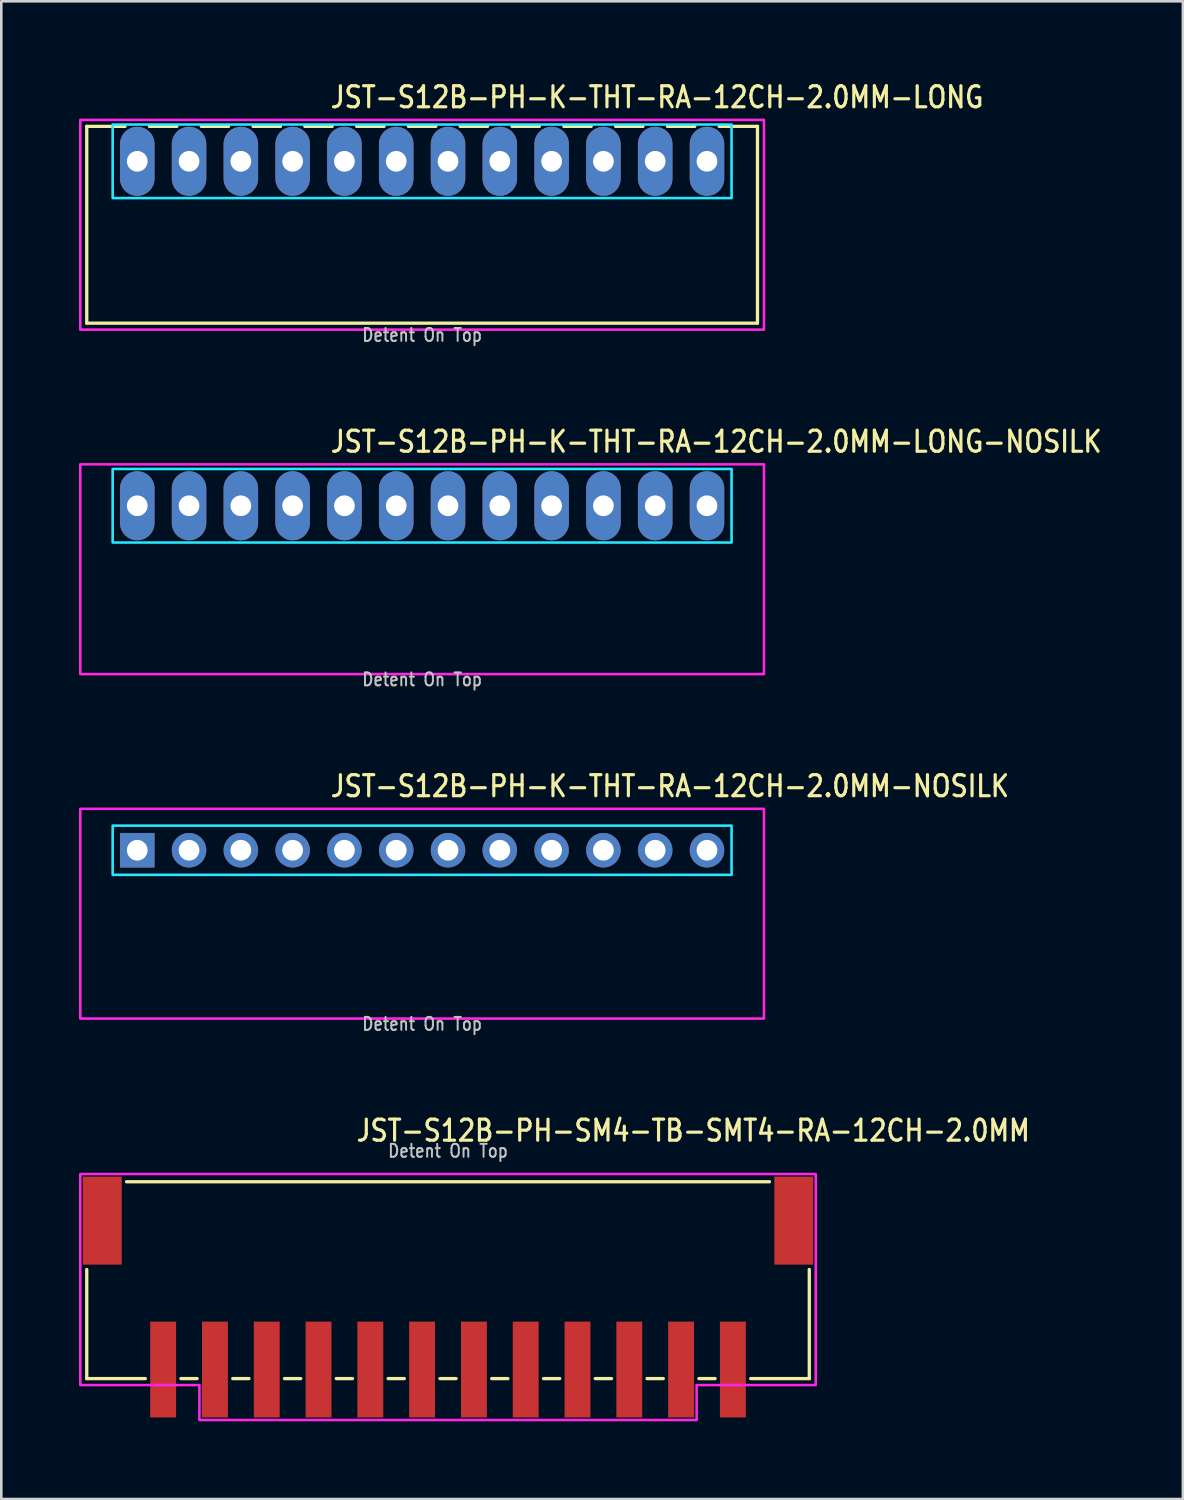
<source format=kicad_pcb>
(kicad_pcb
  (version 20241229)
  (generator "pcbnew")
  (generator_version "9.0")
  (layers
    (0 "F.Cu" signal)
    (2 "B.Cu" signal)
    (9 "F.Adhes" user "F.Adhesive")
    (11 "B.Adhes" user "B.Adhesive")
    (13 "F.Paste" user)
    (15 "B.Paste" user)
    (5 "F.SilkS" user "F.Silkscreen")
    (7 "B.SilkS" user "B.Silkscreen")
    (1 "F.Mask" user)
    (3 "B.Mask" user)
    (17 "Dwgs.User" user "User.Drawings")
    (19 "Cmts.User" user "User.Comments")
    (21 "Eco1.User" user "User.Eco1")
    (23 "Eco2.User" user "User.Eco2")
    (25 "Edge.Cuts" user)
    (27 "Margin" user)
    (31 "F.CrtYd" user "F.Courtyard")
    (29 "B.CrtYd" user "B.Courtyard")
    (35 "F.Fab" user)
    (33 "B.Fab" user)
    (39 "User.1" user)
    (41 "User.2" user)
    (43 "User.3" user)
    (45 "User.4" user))
  (footprint "JST-S12B-PH-K-THT-RA-12CH-2.0MM-LONG-NOSILK"
    (layer "F.Cu")
    (at 13.25 16.48)
    (property "Reference" "JST-S12B-PH-K-THT-RA-12CH-2.0MM-LONG-NOSILK" (at -3.6 -2 0) (unlocked yes) (layer "F.SilkS") (effects (font (size 0.813 0.695) (thickness 0.122)) (justify left bottom)))
    (fp_poly (pts (xy -11.95 -1.42) (xy -11.95 1.42) (xy 11.95 1.42) (xy 11.95 -1.42)) (stroke (width 0.1) (type solid)) (fill no) (layer "B.CrtYd"))
    (fp_poly (pts (xy -13.2 -1.6) (xy -13.2 6.5) (xy 13.2 6.5) (xy 13.2 -1.6)) (stroke (width 0.1) (type solid)) (fill no) (layer "F.CrtYd"))
    (fp_text user "Detent On Top" (at 0 7 0) (unlocked yes) (layer "Dwgs.User") (effects (font (size 0.5 0.427) (thickness 0.075)) (justify bottom)))
    (pad "1" thru_hole oval (at -11 0 90) (size 2.667 1.333) (drill 0.8) (layers "*.Cu" "*.Mask"))
    (pad "2" thru_hole oval (at -9 0 90) (size 2.667 1.333) (drill 0.8) (layers "*.Cu" "*.Mask"))
    (pad "3" thru_hole oval (at -7 0 90) (size 2.667 1.333) (drill 0.8) (layers "*.Cu" "*.Mask"))
    (pad "4" thru_hole oval (at -5 0 90) (size 2.667 1.333) (drill 0.8) (layers "*.Cu" "*.Mask"))
    (pad "5" thru_hole oval (at -3 0 90) (size 2.667 1.333) (drill 0.8) (layers "*.Cu" "*.Mask"))
    (pad "6" thru_hole oval (at -1 0 90) (size 2.667 1.333) (drill 0.8) (layers "*.Cu" "*.Mask"))
    (pad "7" thru_hole oval (at 1 0 90) (size 2.667 1.333) (drill 0.8) (layers "*.Cu" "*.Mask"))
    (pad "8" thru_hole oval (at 3 0 90) (size 2.667 1.333) (drill 0.8) (layers "*.Cu" "*.Mask"))
    (pad "9" thru_hole oval (at 5 0 90) (size 2.667 1.333) (drill 0.8) (layers "*.Cu" "*.Mask"))
    (pad "10" thru_hole oval (at 7 0 90) (size 2.667 1.333) (drill 0.8) (layers "*.Cu" "*.Mask"))
    (pad "11" thru_hole oval (at 9 0 90) (size 2.667 1.333) (drill 0.8) (layers "*.Cu" "*.Mask"))
    (pad "12" thru_hole oval (at 11 0 90) (size 2.667 1.333) (drill 0.8) (layers "*.Cu" "*.Mask")))
  (footprint "JST-S12B-PH-SM4-TB-SMT4-RA-12CH-2.0MM"
    (layer "F.Cu")
    (at 14.25 44.084)
    (property "Reference" "JST-S12B-PH-SM4-TB-SMT4-RA-12CH-2.0MM" (at -3.6 -3 0) (unlocked yes) (layer "F.SilkS") (effects (font (size 0.813 0.695) (thickness 0.122)) (justify left bottom)))
    (fp_line (start -13.95 6.1) (end -13.95 1.887) (stroke (width 0.127) (type solid)) (layer "F.SilkS"))
    (fp_line (start -13.95 6.1) (end -11.687 6.1) (stroke (width 0.127) (type solid)) (layer "F.SilkS"))
    (fp_line (start -12.414 -1.5) (end 12.414 -1.5) (stroke (width 0.127) (type solid)) (layer "F.SilkS"))
    (fp_line (start -10.313 6.1) (end -9.687 6.1) (stroke (width 0.127) (type solid)) (layer "F.SilkS"))
    (fp_line (start -8.313 6.1) (end -7.686 6.1) (stroke (width 0.127) (type solid)) (layer "F.SilkS"))
    (fp_line (start -6.314 6.1) (end -5.686 6.1) (stroke (width 0.127) (type solid)) (layer "F.SilkS"))
    (fp_line (start -4.314 6.1) (end -3.687 6.1) (stroke (width 0.127) (type solid)) (layer "F.SilkS"))
    (fp_line (start -2.313 6.1) (end -1.687 6.1) (stroke (width 0.127) (type solid)) (layer "F.SilkS"))
    (fp_line (start -0.314 6.1) (end 0.314 6.1) (stroke (width 0.127) (type solid)) (layer "F.SilkS"))
    (fp_line (start 1.687 6.1) (end 2.313 6.1) (stroke (width 0.127) (type solid)) (layer "F.SilkS"))
    (fp_line (start 3.687 6.1) (end 4.314 6.1) (stroke (width 0.127) (type solid)) (layer "F.SilkS"))
    (fp_line (start 5.686 6.1) (end 6.314 6.1) (stroke (width 0.127) (type solid)) (layer "F.SilkS"))
    (fp_line (start 7.686 6.1) (end 8.313 6.1) (stroke (width 0.127) (type solid)) (layer "F.SilkS"))
    (fp_line (start 9.687 6.1) (end 10.313 6.1) (stroke (width 0.127) (type solid)) (layer "F.SilkS"))
    (fp_line (start 11.687 6.1) (end 13.95 6.1) (stroke (width 0.127) (type solid)) (layer "F.SilkS"))
    (fp_line (start 13.95 1.887) (end 13.95 6.1) (stroke (width 0.127) (type solid)) (layer "F.SilkS"))
    (fp_poly (pts (xy -14.2 -1.8) (xy -14.2 6.35) (xy -9.6 6.35) (xy -9.6 7.7) (xy 9.6 7.7) (xy 9.6 6.35) (xy 14.2 6.35) (xy 14.2 -1.8)) (stroke (width 0.1) (type solid)) (fill no) (layer "F.CrtYd"))
    (fp_text user "Detent On Top" (at 0 -2.4 0) (unlocked yes) (layer "Dwgs.User") (effects (font (size 0.5 0.427) (thickness 0.075)) (justify bottom)))
    (pad "1" smd rect (at 11 5.75) (size 1 3.7) (layers "F.Cu" "F.Mask" "F.Paste"))
    (pad "2" smd rect (at 9 5.75) (size 1 3.7) (layers "F.Cu" "F.Mask" "F.Paste"))
    (pad "3" smd rect (at 7 5.75) (size 1 3.7) (layers "F.Cu" "F.Mask" "F.Paste"))
    (pad "4" smd rect (at 5 5.75) (size 1 3.7) (layers "F.Cu" "F.Mask" "F.Paste"))
    (pad "5" smd rect (at 3 5.75) (size 1 3.7) (layers "F.Cu" "F.Mask" "F.Paste"))
    (pad "6" smd rect (at 1 5.75) (size 1 3.7) (layers "F.Cu" "F.Mask" "F.Paste"))
    (pad "7" smd rect (at -1 5.75) (size 1 3.7) (layers "F.Cu" "F.Mask" "F.Paste"))
    (pad "8" smd rect (at -3 5.75) (size 1 3.7) (layers "F.Cu" "F.Mask" "F.Paste"))
    (pad "9" smd rect (at -5 5.75) (size 1 3.7) (layers "F.Cu" "F.Mask" "F.Paste"))
    (pad "10" smd rect (at -7 5.75) (size 1 3.7) (layers "F.Cu" "F.Mask" "F.Paste"))
    (pad "11" smd rect (at -9 5.75) (size 1 3.7) (layers "F.Cu" "F.Mask" "F.Paste"))
    (pad "12" smd rect (at -11 5.75) (size 1 3.7) (layers "F.Cu" "F.Mask" "F.Paste"))
    (pad "S_1" smd rect (at -13.35 0) (size 1.5 3.4) (layers "F.Cu" "F.Mask" "F.Paste"))
    (pad "S_2" smd rect (at 13.35 0) (size 1.5 3.4) (layers "F.Cu" "F.Mask" "F.Paste")))
  (footprint "JST-S12B-PH-K-THT-RA-12CH-2.0MM-NOSILK"
    (layer "F.Cu")
    (at 13.25 29.782)
    (property "Reference" "JST-S12B-PH-K-THT-RA-12CH-2.0MM-NOSILK" (at -3.6 -2 0) (unlocked yes) (layer "F.SilkS") (effects (font (size 0.813 0.695) (thickness 0.122)) (justify left bottom)))
    (fp_poly (pts (xy -11.95 -0.95) (xy -11.95 0.95) (xy 11.95 0.95) (xy 11.95 -0.95)) (stroke (width 0.1) (type solid)) (fill no) (layer "B.CrtYd"))
    (fp_poly (pts (xy -13.2 -1.6) (xy -13.2 6.5) (xy 13.2 6.5) (xy 13.2 -1.6)) (stroke (width 0.1) (type solid)) (fill no) (layer "F.CrtYd"))
    (fp_text user "Detent On Top" (at 0 7 0) (unlocked yes) (layer "Dwgs.User") (effects (font (size 0.5 0.427) (thickness 0.075)) (justify bottom)))
    (pad "1" thru_hole rect (at -11 0) (size 1.333 1.333) (drill 0.8) (layers "*.Cu" "*.Mask"))
    (pad "2" thru_hole oval (at -9 0) (size 1.333 1.333) (drill 0.8) (layers "*.Cu" "*.Mask"))
    (pad "3" thru_hole oval (at -7 0) (size 1.333 1.333) (drill 0.8) (layers "*.Cu" "*.Mask"))
    (pad "4" thru_hole oval (at -5 0) (size 1.333 1.333) (drill 0.8) (layers "*.Cu" "*.Mask"))
    (pad "5" thru_hole oval (at -3 0) (size 1.333 1.333) (drill 0.8) (layers "*.Cu" "*.Mask"))
    (pad "6" thru_hole oval (at -1 0) (size 1.333 1.333) (drill 0.8) (layers "*.Cu" "*.Mask"))
    (pad "7" thru_hole oval (at 1 0) (size 1.333 1.333) (drill 0.8) (layers "*.Cu" "*.Mask"))
    (pad "8" thru_hole oval (at 3 0) (size 1.333 1.333) (drill 0.8) (layers "*.Cu" "*.Mask"))
    (pad "9" thru_hole oval (at 5 0) (size 1.333 1.333) (drill 0.8) (layers "*.Cu" "*.Mask"))
    (pad "10" thru_hole oval (at 7 0) (size 1.333 1.333) (drill 0.8) (layers "*.Cu" "*.Mask"))
    (pad "11" thru_hole oval (at 9 0) (size 1.333 1.333) (drill 0.8) (layers "*.Cu" "*.Mask"))
    (pad "12" thru_hole oval (at 11 0) (size 1.333 1.333) (drill 0.8) (layers "*.Cu" "*.Mask")))
  (footprint "JST-S12B-PH-K-THT-RA-12CH-2.0MM-LONG"
    (layer "F.Cu")
    (at 13.25 3.179)
    (property "Reference" "JST-S12B-PH-K-THT-RA-12CH-2.0MM-LONG" (at -3.6 -2 0) (unlocked yes) (layer "F.SilkS") (effects (font (size 0.813 0.695) (thickness 0.122)) (justify left bottom)))
    (fp_line (start -12.95 -1.35) (end -11.471 -1.35) (stroke (width 0.127) (type solid)) (layer "F.SilkS"))
    (fp_line (start -12.95 6.25) (end -12.95 -1.35) (stroke (width 0.127) (type solid)) (layer "F.SilkS"))
    (fp_line (start -12.95 6.25) (end 12.95 6.25) (stroke (width 0.127) (type solid)) (layer "F.SilkS"))
    (fp_line (start -10.529 -1.35) (end -9.471 -1.35) (stroke (width 0.127) (type solid)) (layer "F.SilkS"))
    (fp_line (start -8.529 -1.35) (end -7.471 -1.35) (stroke (width 0.127) (type solid)) (layer "F.SilkS"))
    (fp_line (start -6.529 -1.35) (end -5.471 -1.35) (stroke (width 0.127) (type solid)) (layer "F.SilkS"))
    (fp_line (start -4.529 -1.35) (end -3.471 -1.35) (stroke (width 0.127) (type solid)) (layer "F.SilkS"))
    (fp_line (start -2.529 -1.35) (end -1.471 -1.35) (stroke (width 0.127) (type solid)) (layer "F.SilkS"))
    (fp_line (start -0.529 -1.35) (end 0.529 -1.35) (stroke (width 0.127) (type solid)) (layer "F.SilkS"))
    (fp_line (start 1.471 -1.35) (end 2.529 -1.35) (stroke (width 0.127) (type solid)) (layer "F.SilkS"))
    (fp_line (start 3.471 -1.35) (end 4.529 -1.35) (stroke (width 0.127) (type solid)) (layer "F.SilkS"))
    (fp_line (start 5.471 -1.35) (end 6.529 -1.35) (stroke (width 0.127) (type solid)) (layer "F.SilkS"))
    (fp_line (start 7.471 -1.35) (end 8.529 -1.35) (stroke (width 0.127) (type solid)) (layer "F.SilkS"))
    (fp_line (start 9.471 -1.35) (end 10.529 -1.35) (stroke (width 0.127) (type solid)) (layer "F.SilkS"))
    (fp_line (start 11.471 -1.35) (end 12.95 -1.35) (stroke (width 0.127) (type solid)) (layer "F.SilkS"))
    (fp_line (start 12.95 -1.35) (end 12.95 6.25) (stroke (width 0.127) (type solid)) (layer "F.SilkS"))
    (fp_poly (pts (xy -11.95 -1.42) (xy -11.95 1.42) (xy 11.95 1.42) (xy 11.95 -1.42)) (stroke (width 0.1) (type solid)) (fill no) (layer "B.CrtYd"))
    (fp_poly (pts (xy -13.2 -1.6) (xy -13.2 6.5) (xy 13.2 6.5) (xy 13.2 -1.6)) (stroke (width 0.1) (type solid)) (fill no) (layer "F.CrtYd"))
    (fp_text user "Detent On Top" (at 0 7 0) (unlocked yes) (layer "Dwgs.User") (effects (font (size 0.5 0.427) (thickness 0.075)) (justify bottom)))
    (pad "1" thru_hole oval (at -11 0 90) (size 2.667 1.333) (drill 0.8) (layers "*.Cu" "*.Mask"))
    (pad "2" thru_hole oval (at -9 0 90) (size 2.667 1.333) (drill 0.8) (layers "*.Cu" "*.Mask"))
    (pad "3" thru_hole oval (at -7 0 90) (size 2.667 1.333) (drill 0.8) (layers "*.Cu" "*.Mask"))
    (pad "4" thru_hole oval (at -5 0 90) (size 2.667 1.333) (drill 0.8) (layers "*.Cu" "*.Mask"))
    (pad "5" thru_hole oval (at -3 0 90) (size 2.667 1.333) (drill 0.8) (layers "*.Cu" "*.Mask"))
    (pad "6" thru_hole oval (at -1 0 90) (size 2.667 1.333) (drill 0.8) (layers "*.Cu" "*.Mask"))
    (pad "7" thru_hole oval (at 1 0 90) (size 2.667 1.333) (drill 0.8) (layers "*.Cu" "*.Mask"))
    (pad "8" thru_hole oval (at 3 0 90) (size 2.667 1.333) (drill 0.8) (layers "*.Cu" "*.Mask"))
    (pad "9" thru_hole oval (at 5 0 90) (size 2.667 1.333) (drill 0.8) (layers "*.Cu" "*.Mask"))
    (pad "10" thru_hole oval (at 7 0 90) (size 2.667 1.333) (drill 0.8) (layers "*.Cu" "*.Mask"))
    (pad "11" thru_hole oval (at 9 0 90) (size 2.667 1.333) (drill 0.8) (layers "*.Cu" "*.Mask"))
    (pad "12" thru_hole oval (at 11 0 90) (size 2.667 1.333) (drill 0.8) (layers "*.Cu" "*.Mask")))
  (gr_rect
    (start -3 -3)
    (end 42.627 54.834)
    (stroke (width 0.1) (type default))
    (fill no)
    (layer "Edge.Cuts")))
</source>
